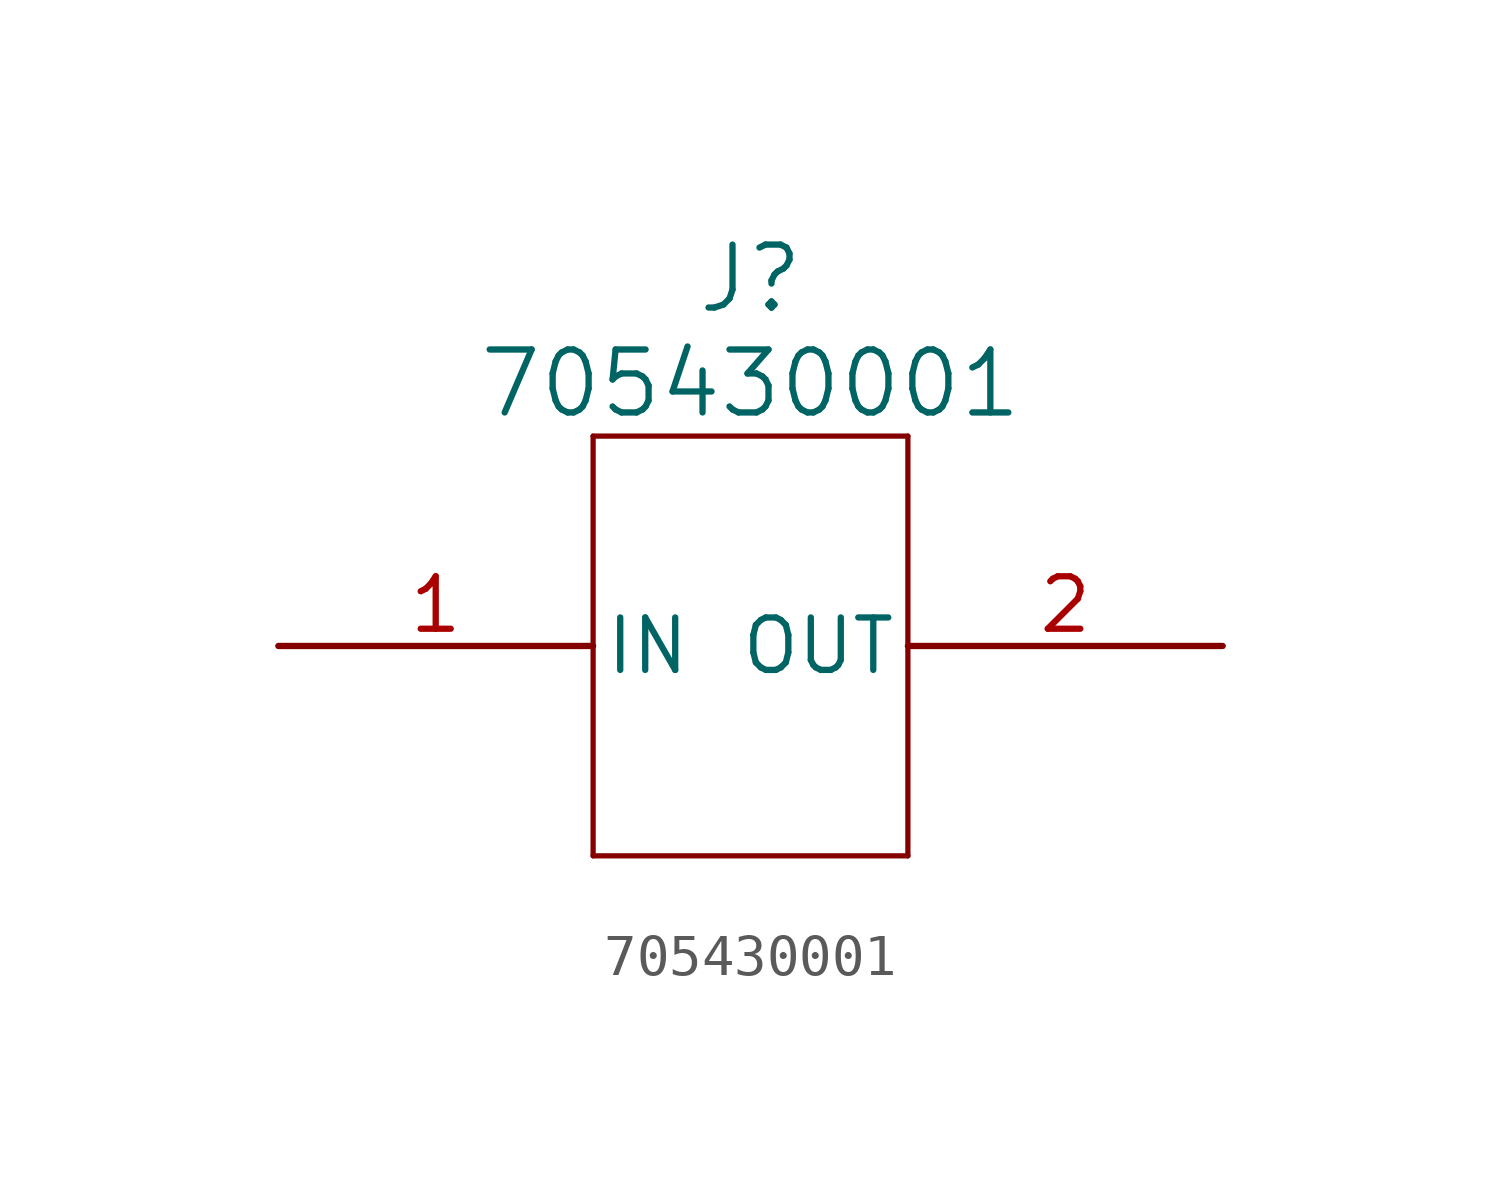
<source format=kicad_sym>
(kicad_symbol_lib
  (version 20220914)
  (generator kicad_symbol_editor)
  (symbol "705430001"
    (pin_names
      (offset 0.254))
    (property "Reference" "J"
      (at 0 8.89 0)
      (effects (font (size 1.524 1.524))))
    (property "Value" "705430001"
      (at 0 6.35 0)
      (effects (font (size 1.524 1.524))))
    (property "ki_locked" ""
      (at 0 0 0)
      (effects (font (size 1.27 1.27))))
    (symbol "705430001_0_1"
      (polyline (pts (xy -3.81 -5.08) (xy 3.81 -5.08)) (stroke (width 0.127) (type default)) (fill (type none)))
      (polyline (pts (xy -3.81 5.08) (xy -3.81 -5.08)) (stroke (width 0.127) (type default)) (fill (type none)))
      (polyline (pts (xy 3.81 -5.08) (xy 3.81 5.08)) (stroke (width 0.127) (type default)) (fill (type none)))
      (polyline (pts (xy 3.81 5.08) (xy -3.81 5.08)) (stroke (width 0.127) (type default)) (fill (type none))))
    (symbol "705430001_1_1"
      (pin bidirectional line (at -11.43 0 0) (length 7.62) (name "IN" (effects (font (size 1.27 1.27)))) (number "1" (effects (font (size 1.27 1.27)))))
      (pin bidirectional line (at 11.43 0 180) (length 7.62) (name "OUT" (effects (font (size 1.27 1.27)))) (number "2" (effects (font (size 1.27 1.27))))))))
</source>
